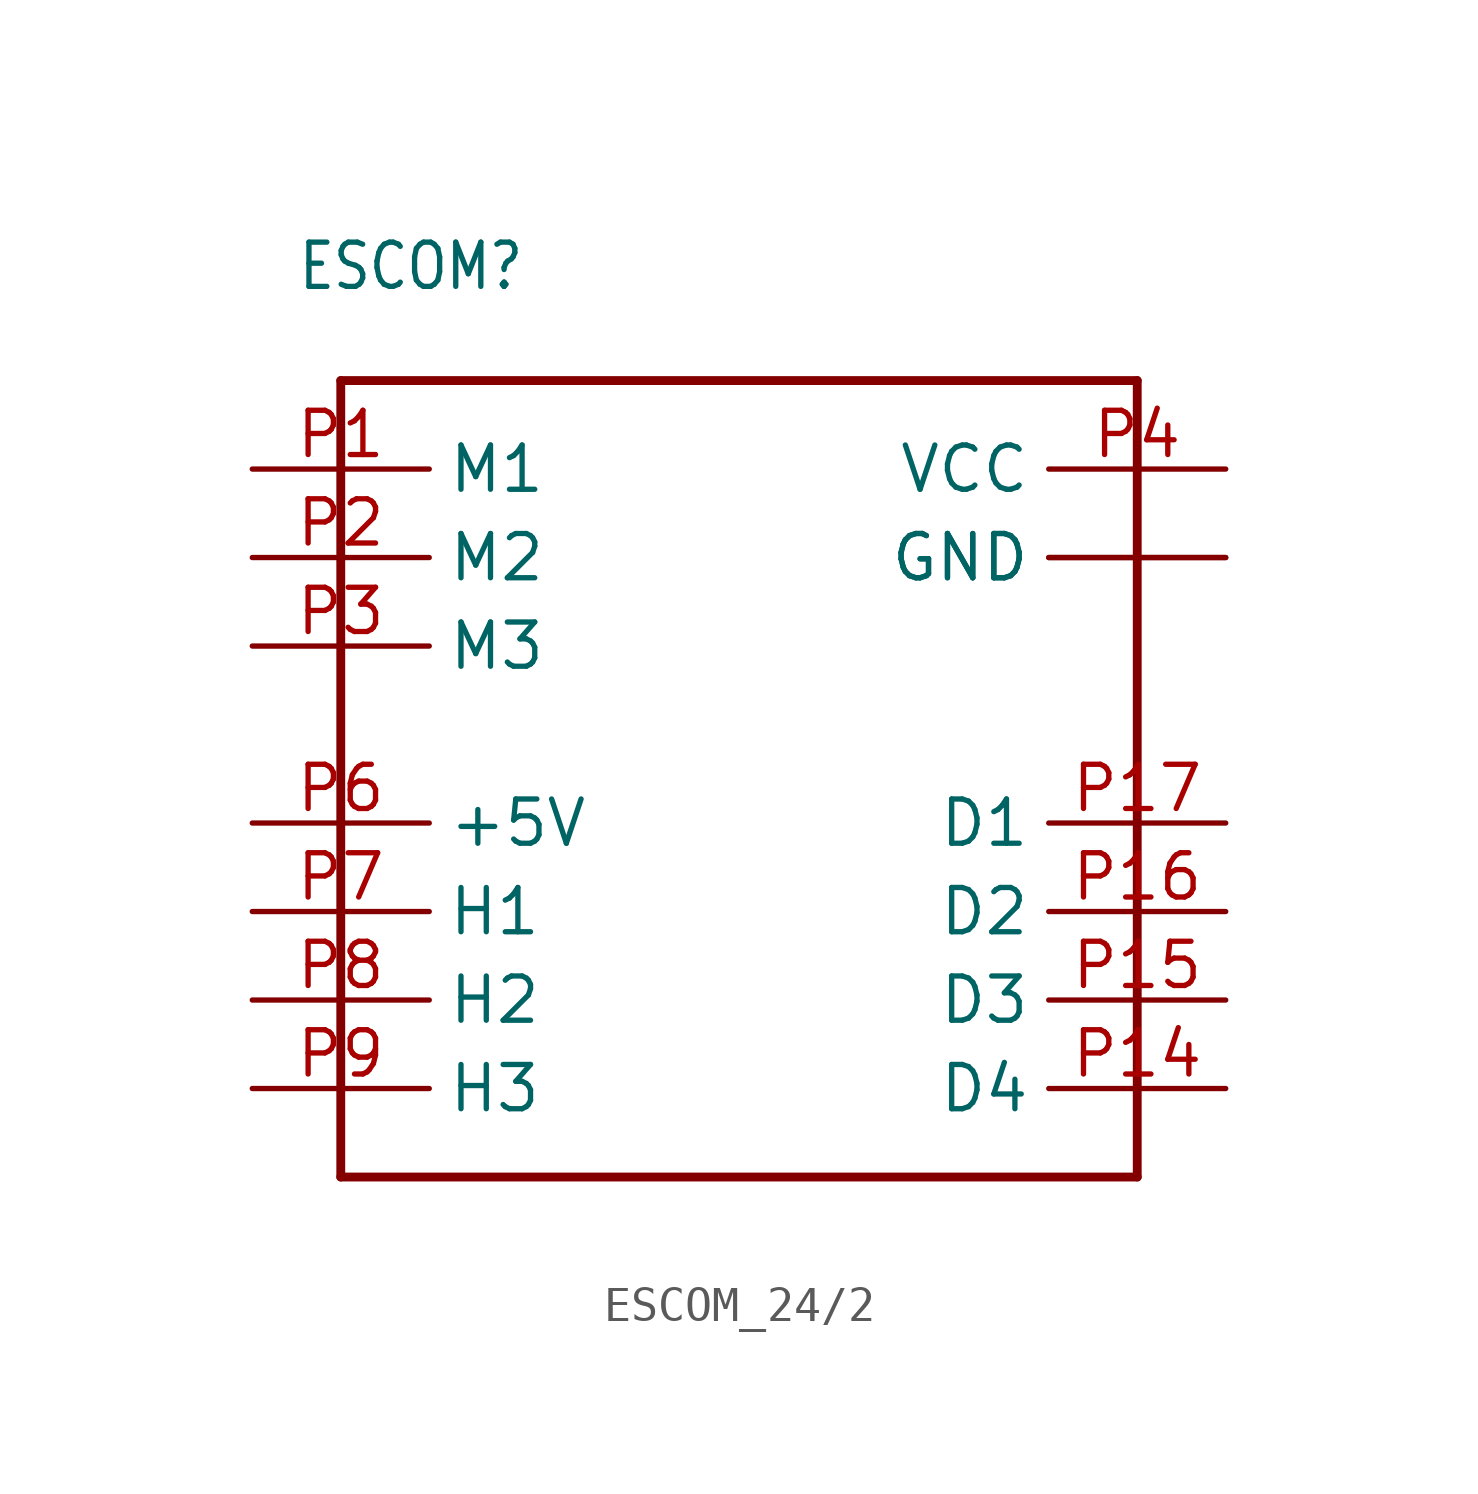
<source format=kicad_sym>
(kicad_symbol_lib
  (version 20231120)
  (generator "kicad_symbol_editor")
  (generator_version "8.0")
  (symbol "ESCOM_24/2"
    (property "Reference" "ESCOM"
      (at -11.43 12.7 0)
      (effects (font (size 1.27 1.079)) (justify left bottom)))
    (symbol "ESCOM_24/2_1_0"
      (polyline (pts (xy -10.16 -12.7) (xy 12.7 -12.7)) (stroke (width 0.254) (type solid)) (fill (type none)))
      (polyline (pts (xy -10.16 10.16) (xy -10.16 -12.7)) (stroke (width 0.254) (type solid)) (fill (type none)))
      (polyline (pts (xy 12.7 -12.7) (xy 12.7 10.16)) (stroke (width 0.254) (type solid)) (fill (type none)))
      (polyline (pts (xy 12.7 10.16) (xy -10.16 10.16)) (stroke (width 0.254) (type solid)) (fill (type none)))
      (pin bidirectional line (at -12.7 7.62 0) (length 5.08) (name "M1" (effects (font (size 1.27 1.27)))) (number "P1" (effects (font (size 1.27 1.27)))))
      (pin bidirectional line (at 15.24 -10.16 180) (length 5.08) (name "D4" (effects (font (size 1.27 1.27)))) (number "P14" (effects (font (size 1.27 1.27)))))
      (pin bidirectional line (at 15.24 -7.62 180) (length 5.08) (name "D3" (effects (font (size 1.27 1.27)))) (number "P15" (effects (font (size 1.27 1.27)))))
      (pin bidirectional line (at 15.24 -5.08 180) (length 5.08) (name "D2" (effects (font (size 1.27 1.27)))) (number "P16" (effects (font (size 1.27 1.27)))))
      (pin bidirectional line (at 15.24 -2.54 180) (length 5.08) (name "D1" (effects (font (size 1.27 1.27)))) (number "P17" (effects (font (size 1.27 1.27)))))
      (pin bidirectional line (at 15.24 5.08 180) (length 5.08) (name "GND" (effects (font (size 1.27 1.27)))) (number "P18" (effects (font (size 0 0)))))
      (pin bidirectional line (at -12.7 5.08 0) (length 5.08) (name "M2" (effects (font (size 1.27 1.27)))) (number "P2" (effects (font (size 1.27 1.27)))))
      (pin bidirectional line (at -12.7 2.54 0) (length 5.08) (name "M3" (effects (font (size 1.27 1.27)))) (number "P3" (effects (font (size 1.27 1.27)))))
      (pin bidirectional line (at 15.24 7.62 180) (length 5.08) (name "VCC" (effects (font (size 1.27 1.27)))) (number "P4" (effects (font (size 1.27 1.27)))))
      (pin bidirectional line (at 15.24 5.08 180) (length 5.08) (name "GND" (effects (font (size 1.27 1.27)))) (number "P5" (effects (font (size 0 0)))))
      (pin bidirectional line (at -12.7 -2.54 0) (length 5.08) (name "+5V" (effects (font (size 1.27 1.27)))) (number "P6" (effects (font (size 1.27 1.27)))))
      (pin bidirectional line (at -12.7 -5.08 0) (length 5.08) (name "H1" (effects (font (size 1.27 1.27)))) (number "P7" (effects (font (size 1.27 1.27)))))
      (pin bidirectional line (at -12.7 -7.62 0) (length 5.08) (name "H2" (effects (font (size 1.27 1.27)))) (number "P8" (effects (font (size 1.27 1.27)))))
      (pin bidirectional line (at -12.7 -10.16 0) (length 5.08) (name "H3" (effects (font (size 1.27 1.27)))) (number "P9" (effects (font (size 1.27 1.27))))))))
</source>
